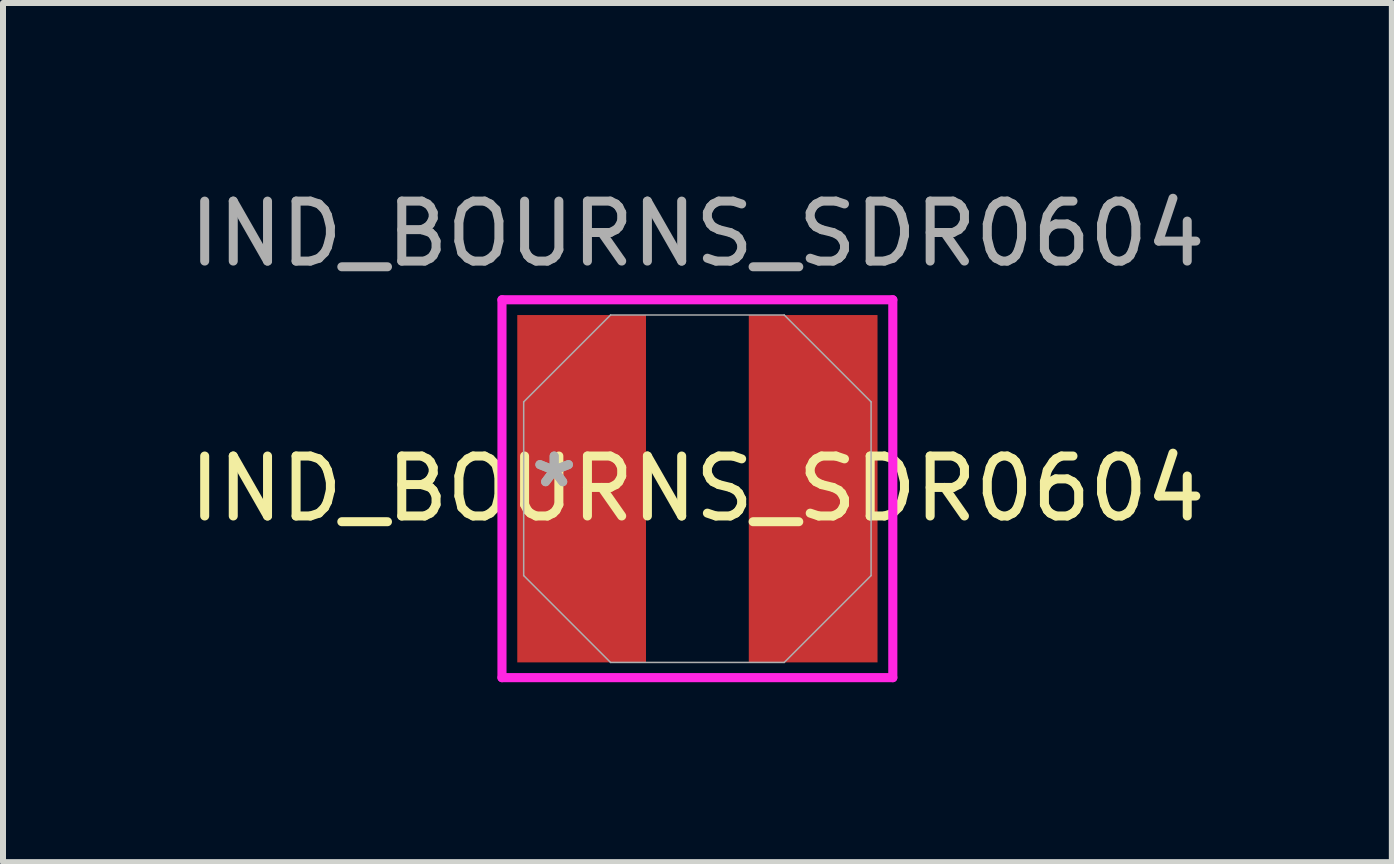
<source format=kicad_pcb>
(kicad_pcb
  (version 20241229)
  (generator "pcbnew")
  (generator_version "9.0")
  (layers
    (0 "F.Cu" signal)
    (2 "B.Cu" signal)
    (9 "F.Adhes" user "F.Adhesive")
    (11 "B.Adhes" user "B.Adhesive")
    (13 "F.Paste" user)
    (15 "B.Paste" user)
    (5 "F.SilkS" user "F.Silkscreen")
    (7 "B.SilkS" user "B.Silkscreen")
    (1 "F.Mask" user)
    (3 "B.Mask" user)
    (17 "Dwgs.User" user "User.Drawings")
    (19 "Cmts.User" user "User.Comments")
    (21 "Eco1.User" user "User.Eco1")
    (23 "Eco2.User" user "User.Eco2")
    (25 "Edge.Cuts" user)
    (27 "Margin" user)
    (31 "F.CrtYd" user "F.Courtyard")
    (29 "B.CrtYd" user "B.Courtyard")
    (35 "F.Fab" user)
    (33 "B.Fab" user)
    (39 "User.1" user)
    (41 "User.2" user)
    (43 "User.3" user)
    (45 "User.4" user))
  (footprint "IND_BOURNS_SDR0604"
    (layer "F.Cu")
    (at 8.577 5.098)
    (property "Reference" "IND_BOURNS_SDR0604" (at 0 0 0) (unlocked yes) (layer "F.SilkS") (effects (font (size 1 1) (thickness 0.15))))
    (attr smd)
    (fp_line (start -3.258 -3.15) (end 3.258 -3.15) (stroke (width 0.152) (type solid)) (layer "F.CrtYd"))
    (fp_line (start -3.258 3.15) (end -3.258 -3.15) (stroke (width 0.152) (type solid)) (layer "F.CrtYd"))
    (fp_line (start 3.258 -3.15) (end 3.258 3.15) (stroke (width 0.152) (type solid)) (layer "F.CrtYd"))
    (fp_line (start 3.258 3.15) (end -3.258 3.15) (stroke (width 0.152) (type solid)) (layer "F.CrtYd"))
    (fp_line (start -2.896 -1.448) (end -2.896 1.448) (stroke (width 0.025) (type solid)) (layer "F.Fab"))
    (fp_line (start -2.896 1.448) (end -1.448 2.896) (stroke (width 0.025) (type solid)) (layer "F.Fab"))
    (fp_line (start -1.448 -2.896) (end -2.896 -1.448) (stroke (width 0.025) (type solid)) (layer "F.Fab"))
    (fp_line (start -1.448 2.896) (end 1.448 2.896) (stroke (width 0.025) (type solid)) (layer "F.Fab"))
    (fp_line (start 1.448 -2.896) (end -1.448 -2.896) (stroke (width 0.025) (type solid)) (layer "F.Fab"))
    (fp_line (start 1.448 2.896) (end 2.896 1.448) (stroke (width 0.025) (type solid)) (layer "F.Fab"))
    (fp_line (start 2.896 -1.448) (end 1.448 -2.896) (stroke (width 0.025) (type solid)) (layer "F.Fab"))
    (fp_line (start 2.896 1.448) (end 2.896 -1.448) (stroke (width 0.025) (type solid)) (layer "F.Fab"))
    (fp_text user "${REFERENCE}" (at 0 -4.25 0) (unlocked yes) (layer "F.Fab") (effects (font (size 1 1) (thickness 0.15))))
    (fp_text user "*" (at -2.388 0 0) (layer "F.Fab") (effects (font (size 1 1) (thickness 0.15))))
    (fp_text user "*" (at -2.388 0 0) (unlocked yes) (layer "F.Fab") (effects (font (size 1 1) (thickness 0.15))))
    (pad "1" smd rect (at -1.93 0) (size 2.146 5.791) (layers "F.Cu" "F.Mask" "F.Paste"))
    (pad "2" smd rect (at 1.93 0) (size 2.146 5.791) (layers "F.Cu" "F.Mask" "F.Paste")))
  (gr_rect
    (start -3 -3)
    (end 20.155 11.324)
    (stroke (width 0.1) (type default))
    (fill no)
    (layer "Edge.Cuts")))
</source>
